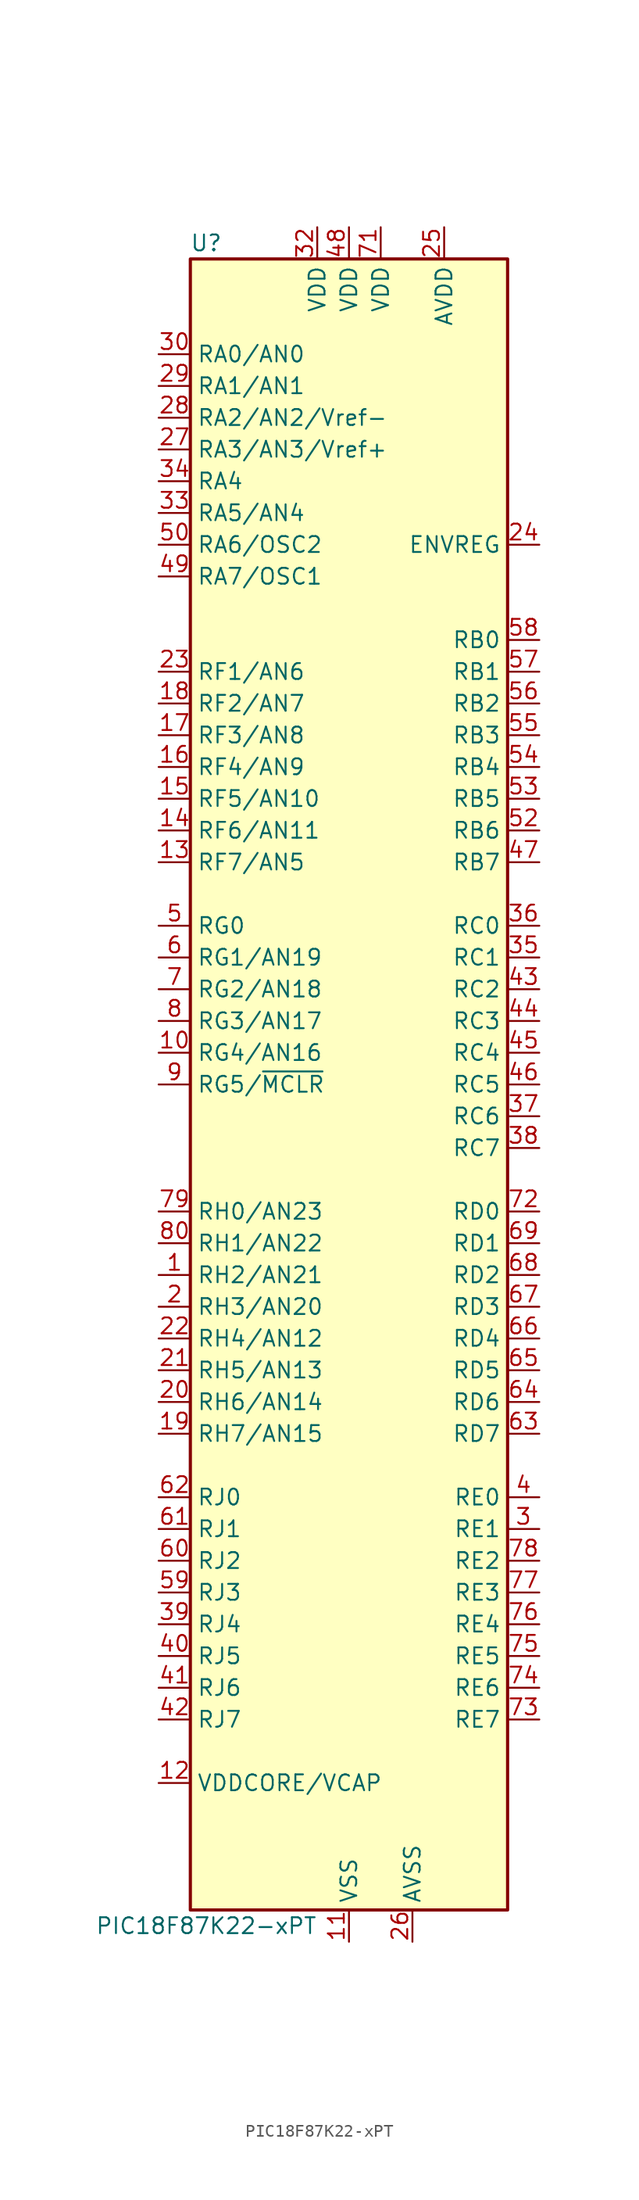
<source format=kicad_sym>
(kicad_symbol_lib
  (version 20220914)
  (generator kicad_symbol_editor)
  (symbol "PIC18F87K22-xPT"
    (property "Reference" "U"
      (at -11.43 67.31 0)
      (effects (font (size 1.27 1.27))))
    (property "Value" "PIC18F87K22-xPT"
      (at -11.43 -67.31 0)
      (effects (font (size 1.27 1.27))))
    (symbol "PIC18F87K22-xPT_0_1"
      (rectangle (start -12.7 66.04) (end 12.7 -66.04) (stroke (width 0.254) (type default)) (fill (type background))))
    (symbol "PIC18F87K22-xPT_1_1"
      (pin bidirectional line (at -15.24 -15.24 0) (length 2.54) (name "RH2/AN21" (effects (font (size 1.27 1.27)))) (number "1" (effects (font (size 1.27 1.27)))))
      (pin bidirectional line (at -15.24 2.54 0) (length 2.54) (name "RG4/AN16" (effects (font (size 1.27 1.27)))) (number "10" (effects (font (size 1.27 1.27)))))
      (pin power_in line (at 0 -68.58 90) (length 2.54) (name "VSS" (effects (font (size 1.27 1.27)))) (number "11" (effects (font (size 1.27 1.27)))))
      (pin passive line (at -15.24 -55.88 0) (length 2.54) (name "VDDCORE/VCAP" (effects (font (size 1.27 1.27)))) (number "12" (effects (font (size 1.27 1.27)))))
      (pin bidirectional line (at -15.24 17.78 0) (length 2.54) (name "RF7/AN5" (effects (font (size 1.27 1.27)))) (number "13" (effects (font (size 1.27 1.27)))))
      (pin bidirectional line (at -15.24 20.32 0) (length 2.54) (name "RF6/AN11" (effects (font (size 1.27 1.27)))) (number "14" (effects (font (size 1.27 1.27)))))
      (pin bidirectional line (at -15.24 22.86 0) (length 2.54) (name "RF5/AN10" (effects (font (size 1.27 1.27)))) (number "15" (effects (font (size 1.27 1.27)))))
      (pin bidirectional line (at -15.24 25.4 0) (length 2.54) (name "RF4/AN9" (effects (font (size 1.27 1.27)))) (number "16" (effects (font (size 1.27 1.27)))))
      (pin bidirectional line (at -15.24 27.94 0) (length 2.54) (name "RF3/AN8" (effects (font (size 1.27 1.27)))) (number "17" (effects (font (size 1.27 1.27)))))
      (pin bidirectional line (at -15.24 30.48 0) (length 2.54) (name "RF2/AN7" (effects (font (size 1.27 1.27)))) (number "18" (effects (font (size 1.27 1.27)))))
      (pin bidirectional line (at -15.24 -27.94 0) (length 2.54) (name "RH7/AN15" (effects (font (size 1.27 1.27)))) (number "19" (effects (font (size 1.27 1.27)))))
      (pin bidirectional line (at -15.24 -17.78 0) (length 2.54) (name "RH3/AN20" (effects (font (size 1.27 1.27)))) (number "2" (effects (font (size 1.27 1.27)))))
      (pin bidirectional line (at -15.24 -25.4 0) (length 2.54) (name "RH6/AN14" (effects (font (size 1.27 1.27)))) (number "20" (effects (font (size 1.27 1.27)))))
      (pin bidirectional line (at -15.24 -22.86 0) (length 2.54) (name "RH5/AN13" (effects (font (size 1.27 1.27)))) (number "21" (effects (font (size 1.27 1.27)))))
      (pin bidirectional line (at -15.24 -20.32 0) (length 2.54) (name "RH4/AN12" (effects (font (size 1.27 1.27)))) (number "22" (effects (font (size 1.27 1.27)))))
      (pin bidirectional line (at -15.24 33.02 0) (length 2.54) (name "RF1/AN6" (effects (font (size 1.27 1.27)))) (number "23" (effects (font (size 1.27 1.27)))))
      (pin input line (at 15.24 43.18 180) (length 2.54) (name "ENVREG" (effects (font (size 1.27 1.27)))) (number "24" (effects (font (size 1.27 1.27)))))
      (pin power_in line (at 7.62 68.58 270) (length 2.54) (name "AVDD" (effects (font (size 1.27 1.27)))) (number "25" (effects (font (size 1.27 1.27)))))
      (pin power_in line (at 5.08 -68.58 90) (length 2.54) (name "AVSS" (effects (font (size 1.27 1.27)))) (number "26" (effects (font (size 1.27 1.27)))))
      (pin bidirectional line (at -15.24 50.8 0) (length 2.54) (name "RA3/AN3/Vref+" (effects (font (size 1.27 1.27)))) (number "27" (effects (font (size 1.27 1.27)))))
      (pin bidirectional line (at -15.24 53.34 0) (length 2.54) (name "RA2/AN2/Vref-" (effects (font (size 1.27 1.27)))) (number "28" (effects (font (size 1.27 1.27)))))
      (pin bidirectional line (at -15.24 55.88 0) (length 2.54) (name "RA1/AN1" (effects (font (size 1.27 1.27)))) (number "29" (effects (font (size 1.27 1.27)))))
      (pin bidirectional line (at 15.24 -35.56 180) (length 2.54) (name "RE1" (effects (font (size 1.27 1.27)))) (number "3" (effects (font (size 1.27 1.27)))))
      (pin bidirectional line (at -15.24 58.42 0) (length 2.54) (name "RA0/AN0" (effects (font (size 1.27 1.27)))) (number "30" (effects (font (size 1.27 1.27)))))
      (pin passive line (at 0 -68.58 90) (length 2.54) hide (name "VSS" (effects (font (size 1.27 1.27)))) (number "31" (effects (font (size 1.27 1.27)))))
      (pin power_in line (at -2.54 68.58 270) (length 2.54) (name "VDD" (effects (font (size 1.27 1.27)))) (number "32" (effects (font (size 1.27 1.27)))))
      (pin bidirectional line (at -15.24 45.72 0) (length 2.54) (name "RA5/AN4" (effects (font (size 1.27 1.27)))) (number "33" (effects (font (size 1.27 1.27)))))
      (pin bidirectional line (at -15.24 48.26 0) (length 2.54) (name "RA4" (effects (font (size 1.27 1.27)))) (number "34" (effects (font (size 1.27 1.27)))))
      (pin bidirectional line (at 15.24 10.16 180) (length 2.54) (name "RC1" (effects (font (size 1.27 1.27)))) (number "35" (effects (font (size 1.27 1.27)))))
      (pin bidirectional line (at 15.24 12.7 180) (length 2.54) (name "RC0" (effects (font (size 1.27 1.27)))) (number "36" (effects (font (size 1.27 1.27)))))
      (pin bidirectional line (at 15.24 -2.54 180) (length 2.54) (name "RC6" (effects (font (size 1.27 1.27)))) (number "37" (effects (font (size 1.27 1.27)))))
      (pin bidirectional line (at 15.24 -5.08 180) (length 2.54) (name "RC7" (effects (font (size 1.27 1.27)))) (number "38" (effects (font (size 1.27 1.27)))))
      (pin bidirectional line (at -15.24 -43.18 0) (length 2.54) (name "RJ4" (effects (font (size 1.27 1.27)))) (number "39" (effects (font (size 1.27 1.27)))))
      (pin bidirectional line (at 15.24 -33.02 180) (length 2.54) (name "RE0" (effects (font (size 1.27 1.27)))) (number "4" (effects (font (size 1.27 1.27)))))
      (pin bidirectional line (at -15.24 -45.72 0) (length 2.54) (name "RJ5" (effects (font (size 1.27 1.27)))) (number "40" (effects (font (size 1.27 1.27)))))
      (pin bidirectional line (at -15.24 -48.26 0) (length 2.54) (name "RJ6" (effects (font (size 1.27 1.27)))) (number "41" (effects (font (size 1.27 1.27)))))
      (pin bidirectional line (at -15.24 -50.8 0) (length 2.54) (name "RJ7" (effects (font (size 1.27 1.27)))) (number "42" (effects (font (size 1.27 1.27)))))
      (pin bidirectional line (at 15.24 7.62 180) (length 2.54) (name "RC2" (effects (font (size 1.27 1.27)))) (number "43" (effects (font (size 1.27 1.27)))))
      (pin bidirectional line (at 15.24 5.08 180) (length 2.54) (name "RC3" (effects (font (size 1.27 1.27)))) (number "44" (effects (font (size 1.27 1.27)))))
      (pin bidirectional line (at 15.24 2.54 180) (length 2.54) (name "RC4" (effects (font (size 1.27 1.27)))) (number "45" (effects (font (size 1.27 1.27)))))
      (pin bidirectional line (at 15.24 0 180) (length 2.54) (name "RC5" (effects (font (size 1.27 1.27)))) (number "46" (effects (font (size 1.27 1.27)))))
      (pin bidirectional line (at 15.24 17.78 180) (length 2.54) (name "RB7" (effects (font (size 1.27 1.27)))) (number "47" (effects (font (size 1.27 1.27)))))
      (pin power_in line (at 0 68.58 270) (length 2.54) (name "VDD" (effects (font (size 1.27 1.27)))) (number "48" (effects (font (size 1.27 1.27)))))
      (pin bidirectional line (at -15.24 40.64 0) (length 2.54) (name "RA7/OSC1" (effects (font (size 1.27 1.27)))) (number "49" (effects (font (size 1.27 1.27)))))
      (pin bidirectional line (at -15.24 12.7 0) (length 2.54) (name "RG0" (effects (font (size 1.27 1.27)))) (number "5" (effects (font (size 1.27 1.27)))))
      (pin bidirectional line (at -15.24 43.18 0) (length 2.54) (name "RA6/OSC2" (effects (font (size 1.27 1.27)))) (number "50" (effects (font (size 1.27 1.27)))))
      (pin passive line (at 0 -68.58 90) (length 2.54) hide (name "VSS" (effects (font (size 1.27 1.27)))) (number "51" (effects (font (size 1.27 1.27)))))
      (pin bidirectional line (at 15.24 20.32 180) (length 2.54) (name "RB6" (effects (font (size 1.27 1.27)))) (number "52" (effects (font (size 1.27 1.27)))))
      (pin bidirectional line (at 15.24 22.86 180) (length 2.54) (name "RB5" (effects (font (size 1.27 1.27)))) (number "53" (effects (font (size 1.27 1.27)))))
      (pin bidirectional line (at 15.24 25.4 180) (length 2.54) (name "RB4" (effects (font (size 1.27 1.27)))) (number "54" (effects (font (size 1.27 1.27)))))
      (pin bidirectional line (at 15.24 27.94 180) (length 2.54) (name "RB3" (effects (font (size 1.27 1.27)))) (number "55" (effects (font (size 1.27 1.27)))))
      (pin bidirectional line (at 15.24 30.48 180) (length 2.54) (name "RB2" (effects (font (size 1.27 1.27)))) (number "56" (effects (font (size 1.27 1.27)))))
      (pin bidirectional line (at 15.24 33.02 180) (length 2.54) (name "RB1" (effects (font (size 1.27 1.27)))) (number "57" (effects (font (size 1.27 1.27)))))
      (pin bidirectional line (at 15.24 35.56 180) (length 2.54) (name "RB0" (effects (font (size 1.27 1.27)))) (number "58" (effects (font (size 1.27 1.27)))))
      (pin bidirectional line (at -15.24 -40.64 0) (length 2.54) (name "RJ3" (effects (font (size 1.27 1.27)))) (number "59" (effects (font (size 1.27 1.27)))))
      (pin bidirectional line (at -15.24 10.16 0) (length 2.54) (name "RG1/AN19" (effects (font (size 1.27 1.27)))) (number "6" (effects (font (size 1.27 1.27)))))
      (pin bidirectional line (at -15.24 -38.1 0) (length 2.54) (name "RJ2" (effects (font (size 1.27 1.27)))) (number "60" (effects (font (size 1.27 1.27)))))
      (pin bidirectional line (at -15.24 -35.56 0) (length 2.54) (name "RJ1" (effects (font (size 1.27 1.27)))) (number "61" (effects (font (size 1.27 1.27)))))
      (pin bidirectional line (at -15.24 -33.02 0) (length 2.54) (name "RJ0" (effects (font (size 1.27 1.27)))) (number "62" (effects (font (size 1.27 1.27)))))
      (pin bidirectional line (at 15.24 -27.94 180) (length 2.54) (name "RD7" (effects (font (size 1.27 1.27)))) (number "63" (effects (font (size 1.27 1.27)))))
      (pin bidirectional line (at 15.24 -25.4 180) (length 2.54) (name "RD6" (effects (font (size 1.27 1.27)))) (number "64" (effects (font (size 1.27 1.27)))))
      (pin bidirectional line (at 15.24 -22.86 180) (length 2.54) (name "RD5" (effects (font (size 1.27 1.27)))) (number "65" (effects (font (size 1.27 1.27)))))
      (pin bidirectional line (at 15.24 -20.32 180) (length 2.54) (name "RD4" (effects (font (size 1.27 1.27)))) (number "66" (effects (font (size 1.27 1.27)))))
      (pin bidirectional line (at 15.24 -17.78 180) (length 2.54) (name "RD3" (effects (font (size 1.27 1.27)))) (number "67" (effects (font (size 1.27 1.27)))))
      (pin bidirectional line (at 15.24 -15.24 180) (length 2.54) (name "RD2" (effects (font (size 1.27 1.27)))) (number "68" (effects (font (size 1.27 1.27)))))
      (pin bidirectional line (at 15.24 -12.7 180) (length 2.54) (name "RD1" (effects (font (size 1.27 1.27)))) (number "69" (effects (font (size 1.27 1.27)))))
      (pin bidirectional line (at -15.24 7.62 0) (length 2.54) (name "RG2/AN18" (effects (font (size 1.27 1.27)))) (number "7" (effects (font (size 1.27 1.27)))))
      (pin passive line (at 0 -68.58 90) (length 2.54) hide (name "VSS" (effects (font (size 1.27 1.27)))) (number "70" (effects (font (size 1.27 1.27)))))
      (pin power_in line (at 2.54 68.58 270) (length 2.54) (name "VDD" (effects (font (size 1.27 1.27)))) (number "71" (effects (font (size 1.27 1.27)))))
      (pin bidirectional line (at 15.24 -10.16 180) (length 2.54) (name "RD0" (effects (font (size 1.27 1.27)))) (number "72" (effects (font (size 1.27 1.27)))))
      (pin bidirectional line (at 15.24 -50.8 180) (length 2.54) (name "RE7" (effects (font (size 1.27 1.27)))) (number "73" (effects (font (size 1.27 1.27)))))
      (pin bidirectional line (at 15.24 -48.26 180) (length 2.54) (name "RE6" (effects (font (size 1.27 1.27)))) (number "74" (effects (font (size 1.27 1.27)))))
      (pin bidirectional line (at 15.24 -45.72 180) (length 2.54) (name "RE5" (effects (font (size 1.27 1.27)))) (number "75" (effects (font (size 1.27 1.27)))))
      (pin bidirectional line (at 15.24 -43.18 180) (length 2.54) (name "RE4" (effects (font (size 1.27 1.27)))) (number "76" (effects (font (size 1.27 1.27)))))
      (pin bidirectional line (at 15.24 -40.64 180) (length 2.54) (name "RE3" (effects (font (size 1.27 1.27)))) (number "77" (effects (font (size 1.27 1.27)))))
      (pin bidirectional line (at 15.24 -38.1 180) (length 2.54) (name "RE2" (effects (font (size 1.27 1.27)))) (number "78" (effects (font (size 1.27 1.27)))))
      (pin bidirectional line (at -15.24 -10.16 0) (length 2.54) (name "RH0/AN23" (effects (font (size 1.27 1.27)))) (number "79" (effects (font (size 1.27 1.27)))))
      (pin bidirectional line (at -15.24 5.08 0) (length 2.54) (name "RG3/AN17" (effects (font (size 1.27 1.27)))) (number "8" (effects (font (size 1.27 1.27)))))
      (pin bidirectional line (at -15.24 -12.7 0) (length 2.54) (name "RH1/AN22" (effects (font (size 1.27 1.27)))) (number "80" (effects (font (size 1.27 1.27)))))
      (pin bidirectional line (at -15.24 0 0) (length 2.54) (name "RG5/~{MCLR}" (effects (font (size 1.27 1.27)))) (number "9" (effects (font (size 1.27 1.27))))))))
</source>
